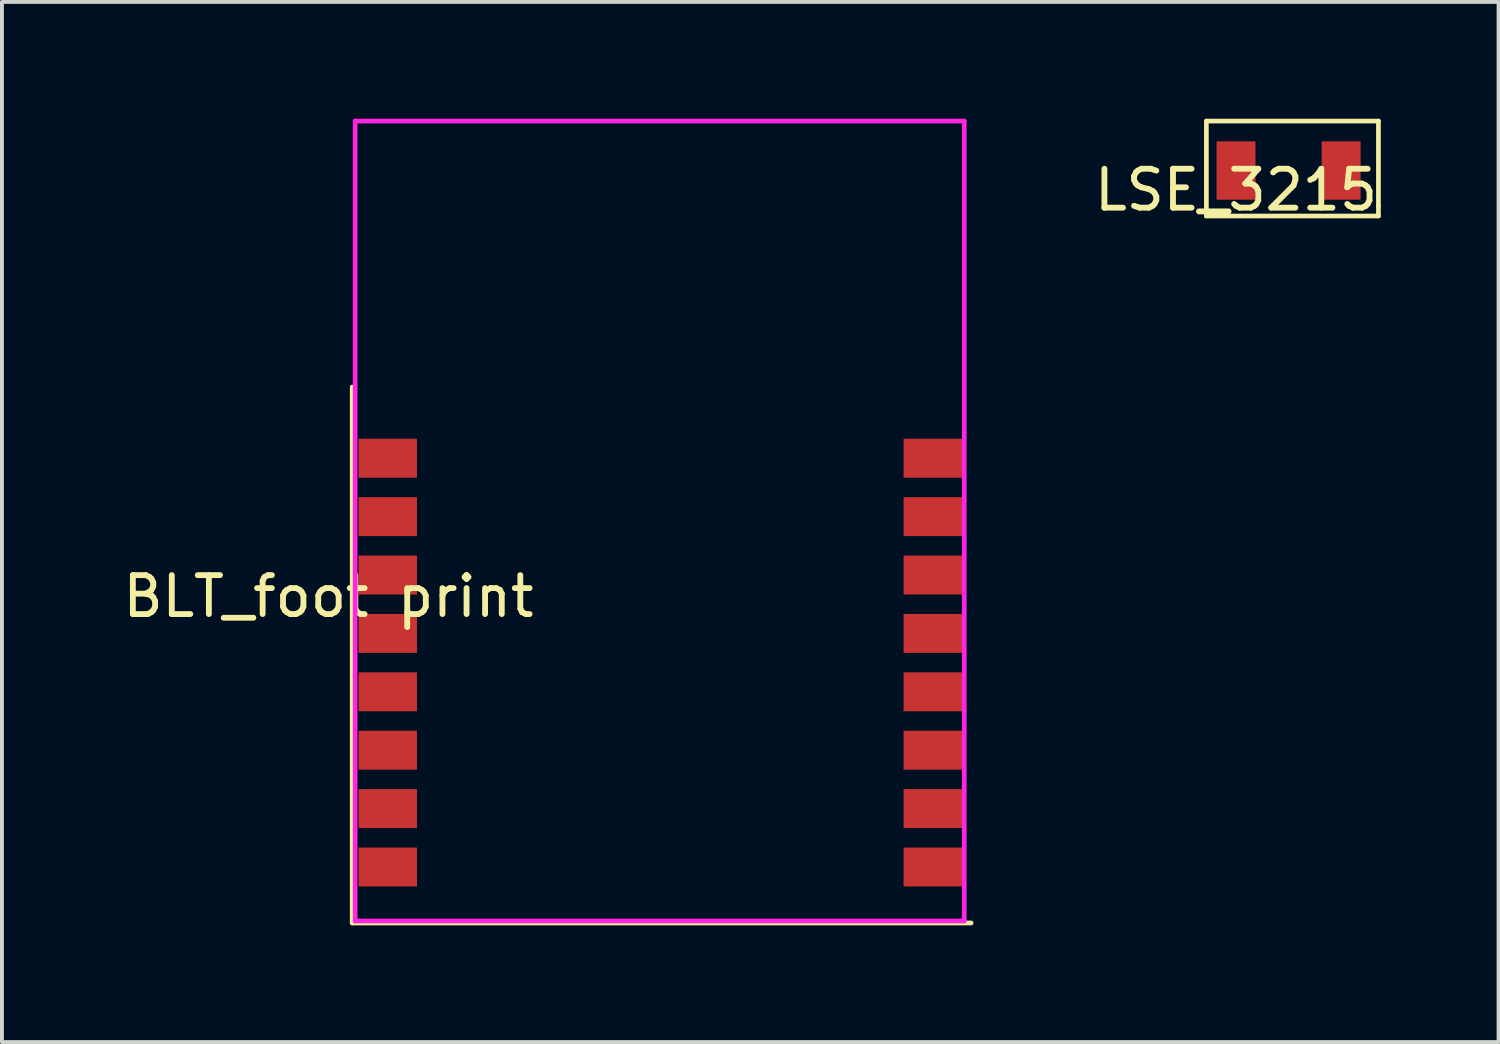
<source format=kicad_pcb>
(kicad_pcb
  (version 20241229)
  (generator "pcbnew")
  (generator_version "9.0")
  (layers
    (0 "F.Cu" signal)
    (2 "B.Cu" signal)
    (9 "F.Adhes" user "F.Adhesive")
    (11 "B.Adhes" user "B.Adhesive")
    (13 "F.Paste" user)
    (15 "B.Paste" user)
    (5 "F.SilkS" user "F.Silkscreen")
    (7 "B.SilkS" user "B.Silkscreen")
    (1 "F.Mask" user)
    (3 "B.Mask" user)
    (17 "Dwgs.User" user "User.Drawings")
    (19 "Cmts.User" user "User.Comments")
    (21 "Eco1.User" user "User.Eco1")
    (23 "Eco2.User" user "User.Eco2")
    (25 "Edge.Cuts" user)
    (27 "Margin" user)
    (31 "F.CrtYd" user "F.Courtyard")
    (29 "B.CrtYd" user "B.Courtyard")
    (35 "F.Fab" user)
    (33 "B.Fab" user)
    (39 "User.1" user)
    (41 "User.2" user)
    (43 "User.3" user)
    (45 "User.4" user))
  (footprint "BLT_foot print"
    (layer "F.Cu")
    (at 5.387 11.769)
    (property "Reference" "BLT_foot print" (at 0 0.5 0) (layer "F.SilkS") (effects (font (size 1 1) (thickness 0.15))))
    (attr through_hole)
    (fp_line (start 0.61 -4.877) (end 0.61 8.89) (stroke (width 0.12) (type solid)) (layer "F.SilkS"))
    (fp_line (start 0.61 8.89) (end 16.51 8.89) (stroke (width 0.12) (type solid)) (layer "F.SilkS"))
    (fp_line (start 0.686 -11.709) (end 0.686 8.839) (stroke (width 0.12) (type solid)) (layer "F.CrtYd"))
    (fp_line (start 0.686 8.839) (end 16.332 8.839) (stroke (width 0.12) (type solid)) (layer "F.CrtYd"))
    (fp_line (start 16.332 -11.709) (end 0.686 -11.709) (stroke (width 0.12) (type solid)) (layer "F.CrtYd"))
    (fp_line (start 16.332 8.839) (end 16.332 -11.709) (stroke (width 0.12) (type solid)) (layer "F.CrtYd"))
    (pad "1" smd rect (at 1.524 -3.048) (size 1.5 1) (layers "F.Cu" "F.Mask" "F.Paste"))
    (pad "2" smd rect (at 1.524 -1.548) (size 1.5 1) (layers "F.Cu" "F.Mask" "F.Paste"))
    (pad "3" smd rect (at 1.524 -0.048) (size 1.5 1) (layers "F.Cu" "F.Mask" "F.Paste"))
    (pad "4" smd rect (at 1.524 1.452) (size 1.5 1) (layers "F.Cu" "F.Mask" "F.Paste"))
    (pad "5" smd rect (at 1.524 2.952) (size 1.5 1) (layers "F.Cu" "F.Mask" "F.Paste"))
    (pad "6" smd rect (at 1.524 4.452) (size 1.5 1) (layers "F.Cu" "F.Mask" "F.Paste"))
    (pad "7" smd rect (at 1.524 5.952) (size 1.5 1) (layers "F.Cu" "F.Mask" "F.Paste"))
    (pad "8" smd rect (at 1.524 7.452) (size 1.5 1) (layers "F.Cu" "F.Mask" "F.Paste"))
    (pad "9" smd rect (at 15.524 -3.048) (size 1.5 1) (layers "F.Cu" "F.Mask" "F.Paste"))
    (pad "10" smd rect (at 15.524 -1.548) (size 1.5 1) (layers "F.Cu" "F.Mask" "F.Paste"))
    (pad "11" smd rect (at 15.524 -0.048) (size 1.5 1) (layers "F.Cu" "F.Mask" "F.Paste"))
    (pad "12" smd rect (at 15.524 1.452) (size 1.5 1) (layers "F.Cu" "F.Mask" "F.Paste"))
    (pad "13" smd rect (at 15.524 2.952) (size 1.5 1) (layers "F.Cu" "F.Mask" "F.Paste"))
    (pad "14" smd rect (at 15.524 4.452) (size 1.5 1) (layers "F.Cu" "F.Mask" "F.Paste"))
    (pad "15" smd rect (at 15.524 5.952) (size 1.5 1) (layers "F.Cu" "F.Mask" "F.Paste"))
    (pad "16" smd rect (at 15.524 7.452) (size 1.5 1) (layers "F.Cu" "F.Mask" "F.Paste")))
  (footprint "LSE_3215"
    (layer "F.Cu")
    (at 28.701 1.33)
    (property "Reference" "LSE_3215" (at 0 0.5 0) (layer "F.SilkS") (effects (font (size 1 1) (thickness 0.15))))
    (attr through_hole)
    (fp_line (start -0.762 -1.27) (end 3.658 -1.27) (stroke (width 0.12) (type solid)) (layer "F.SilkS"))
    (fp_line (start -0.762 1.168) (end -0.762 -1.27) (stroke (width 0.12) (type solid)) (layer "F.SilkS"))
    (fp_line (start 3.658 -1.27) (end 3.658 0.914) (stroke (width 0.12) (type solid)) (layer "F.SilkS"))
    (fp_line (start 3.658 0.914) (end 3.658 1.168) (stroke (width 0.12) (type solid)) (layer "F.SilkS"))
    (fp_line (start 3.658 1.168) (end -0.762 1.168) (stroke (width 0.12) (type solid)) (layer "F.SilkS"))
    (pad "1" smd rect (at 0 0) (size 1 1.5) (layers "F.Cu" "F.Mask" "F.Paste"))
    (pad "2" smd rect (at 2.7 0) (size 1 1.5) (layers "F.Cu" "F.Mask" "F.Paste")))
  (gr_rect
    (start -3 -3)
    (end 35.445 23.719)
    (stroke (width 0.1) (type default))
    (fill no)
    (layer "Edge.Cuts")))
</source>
